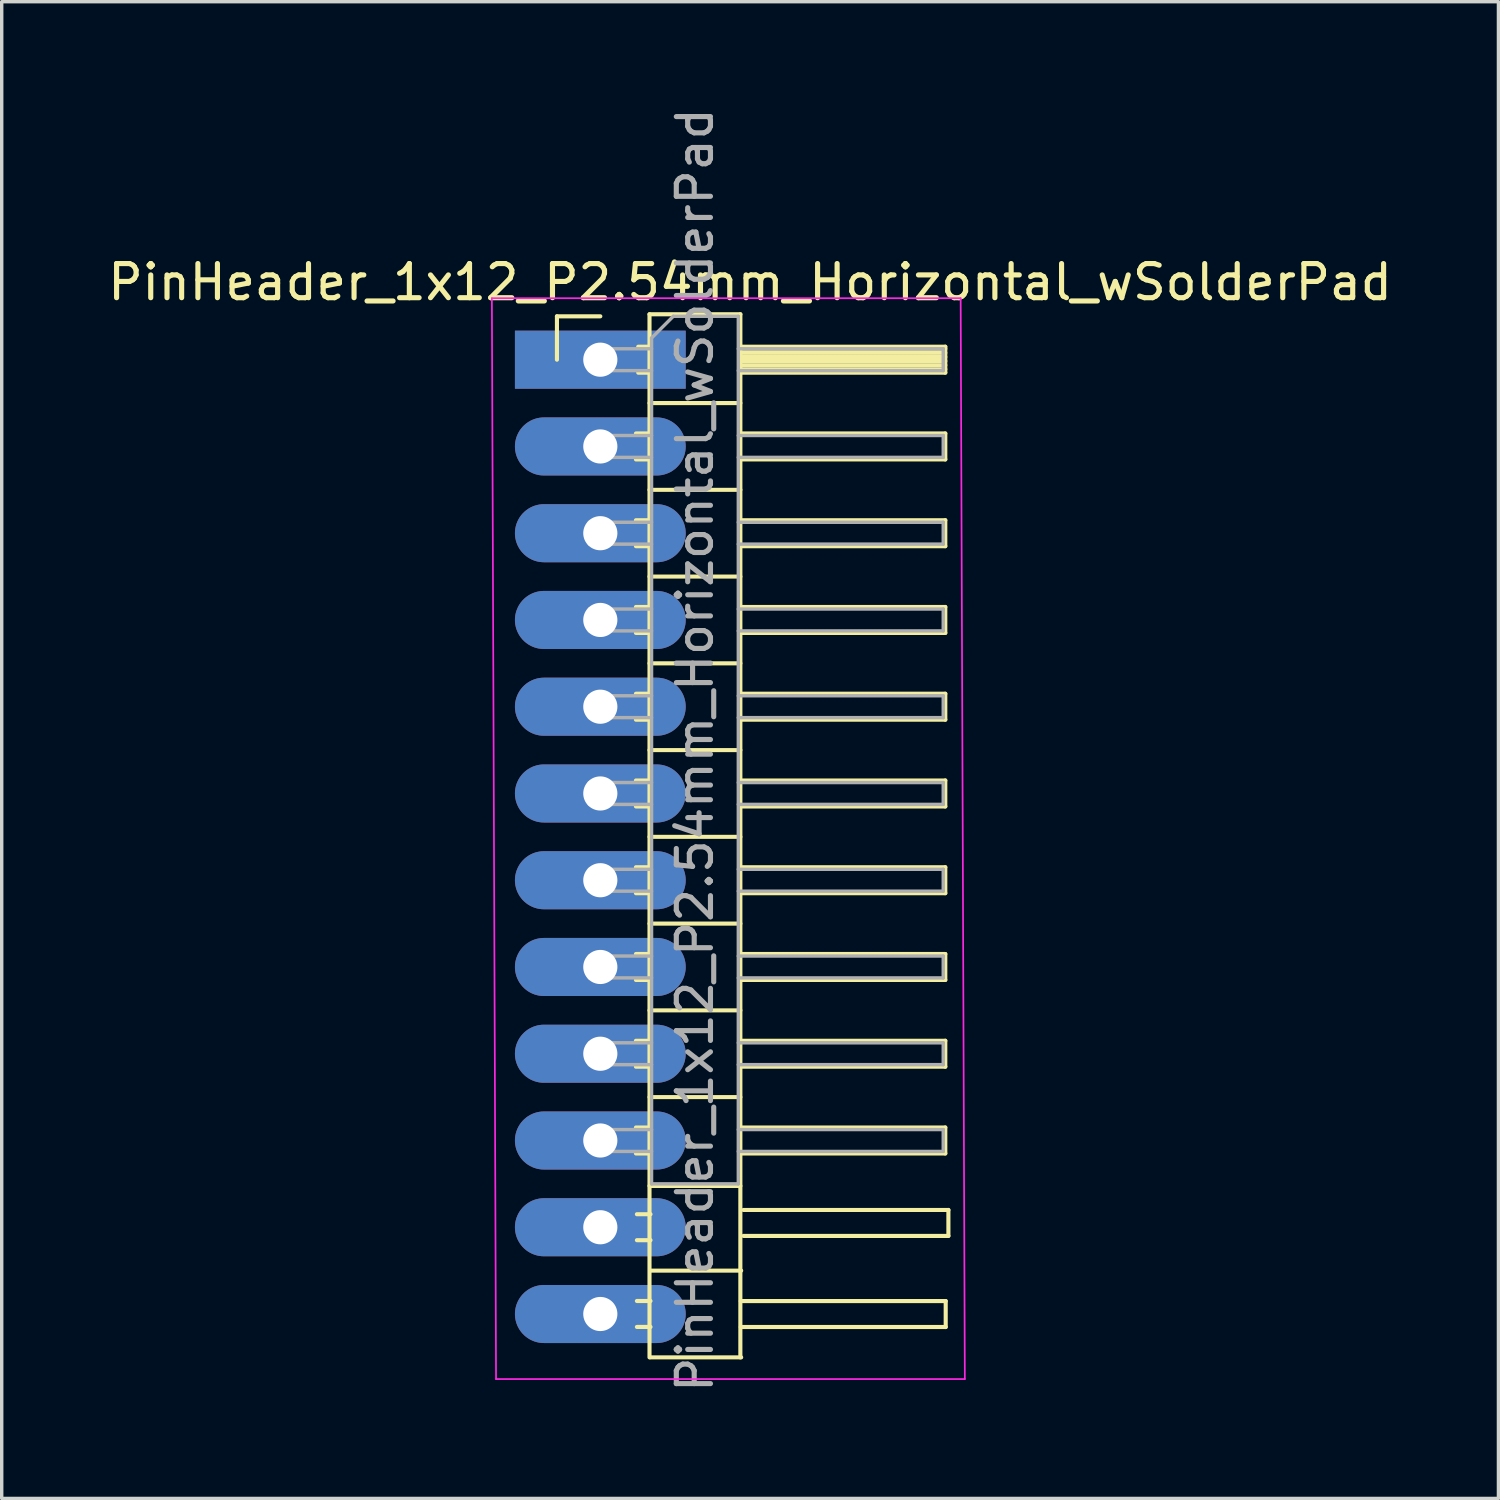
<source format=kicad_pcb>
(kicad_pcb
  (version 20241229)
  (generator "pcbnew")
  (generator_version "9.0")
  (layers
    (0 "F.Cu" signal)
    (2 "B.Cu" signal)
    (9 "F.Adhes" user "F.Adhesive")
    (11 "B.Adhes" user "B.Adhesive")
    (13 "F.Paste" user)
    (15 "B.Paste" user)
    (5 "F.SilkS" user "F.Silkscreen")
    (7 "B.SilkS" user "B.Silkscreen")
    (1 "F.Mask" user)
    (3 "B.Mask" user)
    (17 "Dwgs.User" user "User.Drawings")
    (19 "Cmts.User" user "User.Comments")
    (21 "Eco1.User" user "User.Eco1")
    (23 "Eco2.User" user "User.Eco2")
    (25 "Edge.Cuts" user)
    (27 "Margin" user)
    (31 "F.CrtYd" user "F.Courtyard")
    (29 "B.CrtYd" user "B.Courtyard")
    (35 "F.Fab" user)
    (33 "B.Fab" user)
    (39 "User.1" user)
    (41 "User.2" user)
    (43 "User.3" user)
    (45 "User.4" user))
  (footprint "PinHeader_1x12_P2.54mm_Horizontal_wSolderPad"
    (layer "F.Cu")
    (at 14.526 7.481)
    (property "Reference" "PinHeader_1x12_P2.54mm_Horizontal_wSolderPad" (at 4.385 -2.27 0) (layer "F.SilkS") (effects (font (size 1 1) (thickness 0.15))))
    (attr through_hole)
    (fp_line (start -1.27 -1.27) (end 0 -1.27) (stroke (width 0.12) (type solid)) (layer "F.SilkS"))
    (fp_line (start -1.27 0) (end -1.27 -1.27) (stroke (width 0.12) (type solid)) (layer "F.SilkS"))
    (fp_line (start 1.043 2.16) (end 1.44 2.16) (stroke (width 0.12) (type solid)) (layer "F.SilkS"))
    (fp_line (start 1.043 2.92) (end 1.44 2.92) (stroke (width 0.12) (type solid)) (layer "F.SilkS"))
    (fp_line (start 1.043 4.7) (end 1.44 4.7) (stroke (width 0.12) (type solid)) (layer "F.SilkS"))
    (fp_line (start 1.043 5.46) (end 1.44 5.46) (stroke (width 0.12) (type solid)) (layer "F.SilkS"))
    (fp_line (start 1.043 7.24) (end 1.44 7.24) (stroke (width 0.12) (type solid)) (layer "F.SilkS"))
    (fp_line (start 1.043 8) (end 1.44 8) (stroke (width 0.12) (type solid)) (layer "F.SilkS"))
    (fp_line (start 1.043 9.78) (end 1.44 9.78) (stroke (width 0.12) (type solid)) (layer "F.SilkS"))
    (fp_line (start 1.043 10.54) (end 1.44 10.54) (stroke (width 0.12) (type solid)) (layer "F.SilkS"))
    (fp_line (start 1.043 12.32) (end 1.44 12.32) (stroke (width 0.12) (type solid)) (layer "F.SilkS"))
    (fp_line (start 1.043 13.08) (end 1.44 13.08) (stroke (width 0.12) (type solid)) (layer "F.SilkS"))
    (fp_line (start 1.043 14.86) (end 1.44 14.86) (stroke (width 0.12) (type solid)) (layer "F.SilkS"))
    (fp_line (start 1.043 15.62) (end 1.44 15.62) (stroke (width 0.12) (type solid)) (layer "F.SilkS"))
    (fp_line (start 1.043 17.4) (end 1.44 17.4) (stroke (width 0.12) (type solid)) (layer "F.SilkS"))
    (fp_line (start 1.043 18.16) (end 1.44 18.16) (stroke (width 0.12) (type solid)) (layer "F.SilkS"))
    (fp_line (start 1.043 19.94) (end 1.44 19.94) (stroke (width 0.12) (type solid)) (layer "F.SilkS"))
    (fp_line (start 1.043 20.7) (end 1.44 20.7) (stroke (width 0.12) (type solid)) (layer "F.SilkS"))
    (fp_line (start 1.043 22.48) (end 1.44 22.48) (stroke (width 0.12) (type solid)) (layer "F.SilkS"))
    (fp_line (start 1.043 23.24) (end 1.44 23.24) (stroke (width 0.12) (type solid)) (layer "F.SilkS"))
    (fp_line (start 1.071 25.019) (end 1.469 25.019) (stroke (width 0.12) (type solid)) (layer "F.SilkS"))
    (fp_line (start 1.071 25.779) (end 1.469 25.779) (stroke (width 0.12) (type solid)) (layer "F.SilkS"))
    (fp_line (start 1.071 27.559) (end 1.469 27.559) (stroke (width 0.12) (type solid)) (layer "F.SilkS"))
    (fp_line (start 1.071 28.319) (end 1.469 28.319) (stroke (width 0.12) (type solid)) (layer "F.SilkS"))
    (fp_line (start 1.11 -0.38) (end 1.44 -0.38) (stroke (width 0.12) (type solid)) (layer "F.SilkS"))
    (fp_line (start 1.11 0.38) (end 1.44 0.38) (stroke (width 0.12) (type solid)) (layer "F.SilkS"))
    (fp_line (start 1.44 -1.33) (end 1.44 29.21) (stroke (width 0.12) (type solid)) (layer "F.SilkS"))
    (fp_line (start 1.44 1.27) (end 4.1 1.27) (stroke (width 0.12) (type solid)) (layer "F.SilkS"))
    (fp_line (start 1.44 3.81) (end 4.1 3.81) (stroke (width 0.12) (type solid)) (layer "F.SilkS"))
    (fp_line (start 1.44 6.35) (end 4.1 6.35) (stroke (width 0.12) (type solid)) (layer "F.SilkS"))
    (fp_line (start 1.44 8.89) (end 4.1 8.89) (stroke (width 0.12) (type solid)) (layer "F.SilkS"))
    (fp_line (start 1.44 11.43) (end 4.1 11.43) (stroke (width 0.12) (type solid)) (layer "F.SilkS"))
    (fp_line (start 1.44 13.97) (end 4.1 13.97) (stroke (width 0.12) (type solid)) (layer "F.SilkS"))
    (fp_line (start 1.44 16.51) (end 4.1 16.51) (stroke (width 0.12) (type solid)) (layer "F.SilkS"))
    (fp_line (start 1.44 19.05) (end 4.1 19.05) (stroke (width 0.12) (type solid)) (layer "F.SilkS"))
    (fp_line (start 1.44 21.59) (end 4.1 21.59) (stroke (width 0.12) (type solid)) (layer "F.SilkS"))
    (fp_line (start 1.44 24.19) (end 4.1 24.19) (stroke (width 0.12) (type solid)) (layer "F.SilkS"))
    (fp_line (start 1.464 26.67) (end 4.124 26.67) (stroke (width 0.12) (type solid)) (layer "F.SilkS"))
    (fp_line (start 1.464 29.21) (end 4.124 29.21) (stroke (width 0.12) (type solid)) (layer "F.SilkS"))
    (fp_line (start 4.1 -1.33) (end 1.44 -1.33) (stroke (width 0.12) (type solid)) (layer "F.SilkS"))
    (fp_line (start 4.1 -0.38) (end 10.1 -0.38) (stroke (width 0.12) (type solid)) (layer "F.SilkS"))
    (fp_line (start 4.1 -0.32) (end 10.1 -0.32) (stroke (width 0.12) (type solid)) (layer "F.SilkS"))
    (fp_line (start 4.1 -0.2) (end 10.1 -0.2) (stroke (width 0.12) (type solid)) (layer "F.SilkS"))
    (fp_line (start 4.1 -0.08) (end 10.1 -0.08) (stroke (width 0.12) (type solid)) (layer "F.SilkS"))
    (fp_line (start 4.1 0.04) (end 10.1 0.04) (stroke (width 0.12) (type solid)) (layer "F.SilkS"))
    (fp_line (start 4.1 0.16) (end 10.1 0.16) (stroke (width 0.12) (type solid)) (layer "F.SilkS"))
    (fp_line (start 4.1 0.28) (end 10.1 0.28) (stroke (width 0.12) (type solid)) (layer "F.SilkS"))
    (fp_line (start 4.1 2.16) (end 10.1 2.16) (stroke (width 0.12) (type solid)) (layer "F.SilkS"))
    (fp_line (start 4.1 4.7) (end 10.1 4.7) (stroke (width 0.12) (type solid)) (layer "F.SilkS"))
    (fp_line (start 4.1 7.24) (end 10.1 7.24) (stroke (width 0.12) (type solid)) (layer "F.SilkS"))
    (fp_line (start 4.1 9.78) (end 10.1 9.78) (stroke (width 0.12) (type solid)) (layer "F.SilkS"))
    (fp_line (start 4.1 12.32) (end 10.1 12.32) (stroke (width 0.12) (type solid)) (layer "F.SilkS"))
    (fp_line (start 4.1 14.86) (end 10.1 14.86) (stroke (width 0.12) (type solid)) (layer "F.SilkS"))
    (fp_line (start 4.1 17.4) (end 10.1 17.4) (stroke (width 0.12) (type solid)) (layer "F.SilkS"))
    (fp_line (start 4.1 19.94) (end 10.1 19.94) (stroke (width 0.12) (type solid)) (layer "F.SilkS"))
    (fp_line (start 4.1 22.48) (end 10.1 22.48) (stroke (width 0.12) (type solid)) (layer "F.SilkS"))
    (fp_line (start 4.1 29.21) (end 4.1 -1.33) (stroke (width 0.12) (type solid)) (layer "F.SilkS"))
    (fp_line (start 4.112 27.561) (end 10.112 27.561) (stroke (width 0.12) (type solid)) (layer "F.SilkS"))
    (fp_line (start 4.191 24.894) (end 10.191 24.894) (stroke (width 0.12) (type solid)) (layer "F.SilkS"))
    (fp_line (start 10.1 -0.38) (end 10.1 0.38) (stroke (width 0.12) (type solid)) (layer "F.SilkS"))
    (fp_line (start 10.1 0.38) (end 4.1 0.38) (stroke (width 0.12) (type solid)) (layer "F.SilkS"))
    (fp_line (start 10.1 2.16) (end 10.1 2.92) (stroke (width 0.12) (type solid)) (layer "F.SilkS"))
    (fp_line (start 10.1 2.92) (end 4.1 2.92) (stroke (width 0.12) (type solid)) (layer "F.SilkS"))
    (fp_line (start 10.1 4.7) (end 10.1 5.46) (stroke (width 0.12) (type solid)) (layer "F.SilkS"))
    (fp_line (start 10.1 5.46) (end 4.1 5.46) (stroke (width 0.12) (type solid)) (layer "F.SilkS"))
    (fp_line (start 10.1 7.24) (end 10.1 8) (stroke (width 0.12) (type solid)) (layer "F.SilkS"))
    (fp_line (start 10.1 8) (end 4.1 8) (stroke (width 0.12) (type solid)) (layer "F.SilkS"))
    (fp_line (start 10.1 9.78) (end 10.1 10.54) (stroke (width 0.12) (type solid)) (layer "F.SilkS"))
    (fp_line (start 10.1 10.54) (end 4.1 10.54) (stroke (width 0.12) (type solid)) (layer "F.SilkS"))
    (fp_line (start 10.1 12.32) (end 10.1 13.08) (stroke (width 0.12) (type solid)) (layer "F.SilkS"))
    (fp_line (start 10.1 13.08) (end 4.1 13.08) (stroke (width 0.12) (type solid)) (layer "F.SilkS"))
    (fp_line (start 10.1 14.86) (end 10.1 15.62) (stroke (width 0.12) (type solid)) (layer "F.SilkS"))
    (fp_line (start 10.1 15.62) (end 4.1 15.62) (stroke (width 0.12) (type solid)) (layer "F.SilkS"))
    (fp_line (start 10.1 17.4) (end 10.1 18.16) (stroke (width 0.12) (type solid)) (layer "F.SilkS"))
    (fp_line (start 10.1 18.16) (end 4.1 18.16) (stroke (width 0.12) (type solid)) (layer "F.SilkS"))
    (fp_line (start 10.1 19.94) (end 10.1 20.7) (stroke (width 0.12) (type solid)) (layer "F.SilkS"))
    (fp_line (start 10.1 20.7) (end 4.1 20.7) (stroke (width 0.12) (type solid)) (layer "F.SilkS"))
    (fp_line (start 10.1 22.48) (end 10.1 23.24) (stroke (width 0.12) (type solid)) (layer "F.SilkS"))
    (fp_line (start 10.1 23.24) (end 4.1 23.24) (stroke (width 0.12) (type solid)) (layer "F.SilkS"))
    (fp_line (start 10.112 27.561) (end 10.112 28.321) (stroke (width 0.12) (type solid)) (layer "F.SilkS"))
    (fp_line (start 10.112 28.321) (end 4.112 28.321) (stroke (width 0.12) (type solid)) (layer "F.SilkS"))
    (fp_line (start 10.191 24.894) (end 10.191 25.654) (stroke (width 0.12) (type solid)) (layer "F.SilkS"))
    (fp_line (start 10.191 25.654) (end 4.191 25.654) (stroke (width 0.12) (type solid)) (layer "F.SilkS"))
    (fp_line (start -3.175 -1.8) (end -3.053 29.845) (stroke (width 0.05) (type solid)) (layer "F.CrtYd"))
    (fp_line (start -3.053 29.845) (end 10.672 29.845) (stroke (width 0.05) (type solid)) (layer "F.CrtYd"))
    (fp_line (start 10.55 -1.8) (end -3.175 -1.8) (stroke (width 0.05) (type solid)) (layer "F.CrtYd"))
    (fp_line (start 10.672 29.845) (end 10.55 -1.8) (stroke (width 0.05) (type solid)) (layer "F.CrtYd"))
    (fp_line (start -0.32 -0.32) (end -0.32 0.32) (stroke (width 0.1) (type solid)) (layer "F.Fab"))
    (fp_line (start -0.32 -0.32) (end 1.5 -0.32) (stroke (width 0.1) (type solid)) (layer "F.Fab"))
    (fp_line (start -0.32 0.32) (end 1.5 0.32) (stroke (width 0.1) (type solid)) (layer "F.Fab"))
    (fp_line (start -0.32 2.22) (end -0.32 2.86) (stroke (width 0.1) (type solid)) (layer "F.Fab"))
    (fp_line (start -0.32 2.22) (end 1.5 2.22) (stroke (width 0.1) (type solid)) (layer "F.Fab"))
    (fp_line (start -0.32 2.86) (end 1.5 2.86) (stroke (width 0.1) (type solid)) (layer "F.Fab"))
    (fp_line (start -0.32 4.76) (end -0.32 5.4) (stroke (width 0.1) (type solid)) (layer "F.Fab"))
    (fp_line (start -0.32 4.76) (end 1.5 4.76) (stroke (width 0.1) (type solid)) (layer "F.Fab"))
    (fp_line (start -0.32 5.4) (end 1.5 5.4) (stroke (width 0.1) (type solid)) (layer "F.Fab"))
    (fp_line (start -0.32 7.3) (end -0.32 7.94) (stroke (width 0.1) (type solid)) (layer "F.Fab"))
    (fp_line (start -0.32 7.3) (end 1.5 7.3) (stroke (width 0.1) (type solid)) (layer "F.Fab"))
    (fp_line (start -0.32 7.94) (end 1.5 7.94) (stroke (width 0.1) (type solid)) (layer "F.Fab"))
    (fp_line (start -0.32 9.84) (end -0.32 10.48) (stroke (width 0.1) (type solid)) (layer "F.Fab"))
    (fp_line (start -0.32 9.84) (end 1.5 9.84) (stroke (width 0.1) (type solid)) (layer "F.Fab"))
    (fp_line (start -0.32 10.48) (end 1.5 10.48) (stroke (width 0.1) (type solid)) (layer "F.Fab"))
    (fp_line (start -0.32 12.38) (end -0.32 13.02) (stroke (width 0.1) (type solid)) (layer "F.Fab"))
    (fp_line (start -0.32 12.38) (end 1.5 12.38) (stroke (width 0.1) (type solid)) (layer "F.Fab"))
    (fp_line (start -0.32 13.02) (end 1.5 13.02) (stroke (width 0.1) (type solid)) (layer "F.Fab"))
    (fp_line (start -0.32 14.92) (end -0.32 15.56) (stroke (width 0.1) (type solid)) (layer "F.Fab"))
    (fp_line (start -0.32 14.92) (end 1.5 14.92) (stroke (width 0.1) (type solid)) (layer "F.Fab"))
    (fp_line (start -0.32 15.56) (end 1.5 15.56) (stroke (width 0.1) (type solid)) (layer "F.Fab"))
    (fp_line (start -0.32 17.46) (end -0.32 18.1) (stroke (width 0.1) (type solid)) (layer "F.Fab"))
    (fp_line (start -0.32 17.46) (end 1.5 17.46) (stroke (width 0.1) (type solid)) (layer "F.Fab"))
    (fp_line (start -0.32 18.1) (end 1.5 18.1) (stroke (width 0.1) (type solid)) (layer "F.Fab"))
    (fp_line (start -0.32 20) (end -0.32 20.64) (stroke (width 0.1) (type solid)) (layer "F.Fab"))
    (fp_line (start -0.32 20) (end 1.5 20) (stroke (width 0.1) (type solid)) (layer "F.Fab"))
    (fp_line (start -0.32 20.64) (end 1.5 20.64) (stroke (width 0.1) (type solid)) (layer "F.Fab"))
    (fp_line (start -0.32 22.54) (end -0.32 23.18) (stroke (width 0.1) (type solid)) (layer "F.Fab"))
    (fp_line (start -0.32 22.54) (end 1.5 22.54) (stroke (width 0.1) (type solid)) (layer "F.Fab"))
    (fp_line (start -0.32 23.18) (end 1.5 23.18) (stroke (width 0.1) (type solid)) (layer "F.Fab"))
    (fp_line (start 1.5 -0.635) (end 2.135 -1.27) (stroke (width 0.1) (type solid)) (layer "F.Fab"))
    (fp_line (start 1.5 24.13) (end 1.5 -0.635) (stroke (width 0.1) (type solid)) (layer "F.Fab"))
    (fp_line (start 2.135 -1.27) (end 4.04 -1.27) (stroke (width 0.1) (type solid)) (layer "F.Fab"))
    (fp_line (start 4.04 -1.27) (end 4.04 24.13) (stroke (width 0.1) (type solid)) (layer "F.Fab"))
    (fp_line (start 4.04 -0.32) (end 10.04 -0.32) (stroke (width 0.1) (type solid)) (layer "F.Fab"))
    (fp_line (start 4.04 0.32) (end 10.04 0.32) (stroke (width 0.1) (type solid)) (layer "F.Fab"))
    (fp_line (start 4.04 2.22) (end 10.04 2.22) (stroke (width 0.1) (type solid)) (layer "F.Fab"))
    (fp_line (start 4.04 2.86) (end 10.04 2.86) (stroke (width 0.1) (type solid)) (layer "F.Fab"))
    (fp_line (start 4.04 4.76) (end 10.04 4.76) (stroke (width 0.1) (type solid)) (layer "F.Fab"))
    (fp_line (start 4.04 5.4) (end 10.04 5.4) (stroke (width 0.1) (type solid)) (layer "F.Fab"))
    (fp_line (start 4.04 7.3) (end 10.04 7.3) (stroke (width 0.1) (type solid)) (layer "F.Fab"))
    (fp_line (start 4.04 7.94) (end 10.04 7.94) (stroke (width 0.1) (type solid)) (layer "F.Fab"))
    (fp_line (start 4.04 9.84) (end 10.04 9.84) (stroke (width 0.1) (type solid)) (layer "F.Fab"))
    (fp_line (start 4.04 10.48) (end 10.04 10.48) (stroke (width 0.1) (type solid)) (layer "F.Fab"))
    (fp_line (start 4.04 12.38) (end 10.04 12.38) (stroke (width 0.1) (type solid)) (layer "F.Fab"))
    (fp_line (start 4.04 13.02) (end 10.04 13.02) (stroke (width 0.1) (type solid)) (layer "F.Fab"))
    (fp_line (start 4.04 14.92) (end 10.04 14.92) (stroke (width 0.1) (type solid)) (layer "F.Fab"))
    (fp_line (start 4.04 15.56) (end 10.04 15.56) (stroke (width 0.1) (type solid)) (layer "F.Fab"))
    (fp_line (start 4.04 17.46) (end 10.04 17.46) (stroke (width 0.1) (type solid)) (layer "F.Fab"))
    (fp_line (start 4.04 18.1) (end 10.04 18.1) (stroke (width 0.1) (type solid)) (layer "F.Fab"))
    (fp_line (start 4.04 20) (end 10.04 20) (stroke (width 0.1) (type solid)) (layer "F.Fab"))
    (fp_line (start 4.04 20.64) (end 10.04 20.64) (stroke (width 0.1) (type solid)) (layer "F.Fab"))
    (fp_line (start 4.04 22.54) (end 10.04 22.54) (stroke (width 0.1) (type solid)) (layer "F.Fab"))
    (fp_line (start 4.04 23.18) (end 10.04 23.18) (stroke (width 0.1) (type solid)) (layer "F.Fab"))
    (fp_line (start 4.04 24.13) (end 1.5 24.13) (stroke (width 0.1) (type solid)) (layer "F.Fab"))
    (fp_line (start 10.04 -0.32) (end 10.04 0.32) (stroke (width 0.1) (type solid)) (layer "F.Fab"))
    (fp_line (start 10.04 2.22) (end 10.04 2.86) (stroke (width 0.1) (type solid)) (layer "F.Fab"))
    (fp_line (start 10.04 4.76) (end 10.04 5.4) (stroke (width 0.1) (type solid)) (layer "F.Fab"))
    (fp_line (start 10.04 7.3) (end 10.04 7.94) (stroke (width 0.1) (type solid)) (layer "F.Fab"))
    (fp_line (start 10.04 9.84) (end 10.04 10.48) (stroke (width 0.1) (type solid)) (layer "F.Fab"))
    (fp_line (start 10.04 12.38) (end 10.04 13.02) (stroke (width 0.1) (type solid)) (layer "F.Fab"))
    (fp_line (start 10.04 14.92) (end 10.04 15.56) (stroke (width 0.1) (type solid)) (layer "F.Fab"))
    (fp_line (start 10.04 17.46) (end 10.04 18.1) (stroke (width 0.1) (type solid)) (layer "F.Fab"))
    (fp_line (start 10.04 20) (end 10.04 20.64) (stroke (width 0.1) (type solid)) (layer "F.Fab"))
    (fp_line (start 10.04 22.54) (end 10.04 23.18) (stroke (width 0.1) (type solid)) (layer "F.Fab"))
    (fp_text user "${REFERENCE}" (at 2.77 11.43 90) (layer "F.Fab") (effects (font (size 1 1) (thickness 0.15))))
    (pad "1" thru_hole rect (at 0 0) (size 5 1.7) (drill 1) (layers "*.Cu" "*.Mask"))
    (pad "2" thru_hole oval (at 0 2.54) (size 5 1.7) (drill 1) (layers "*.Cu" "*.Mask"))
    (pad "3" thru_hole oval (at 0 5.08) (size 5 1.7) (drill 1) (layers "*.Cu" "*.Mask"))
    (pad "4" thru_hole oval (at 0 7.62) (size 5 1.7) (drill 1) (layers "*.Cu" "*.Mask"))
    (pad "5" thru_hole oval (at 0 10.16) (size 5 1.7) (drill 1) (layers "*.Cu" "*.Mask"))
    (pad "6" thru_hole oval (at 0 12.7) (size 5 1.7) (drill 1) (layers "*.Cu" "*.Mask"))
    (pad "7" thru_hole oval (at 0 15.24) (size 5 1.7) (drill 1) (layers "*.Cu" "*.Mask"))
    (pad "8" thru_hole oval (at 0 17.78) (size 5 1.7) (drill 1) (layers "*.Cu" "*.Mask"))
    (pad "9" thru_hole oval (at 0 20.32) (size 5 1.7) (drill 1) (layers "*.Cu" "*.Mask"))
    (pad "10" thru_hole oval (at 0 22.86) (size 5 1.7) (drill 1) (layers "*.Cu" "*.Mask"))
    (pad "11" thru_hole oval (at 0 25.4) (size 5 1.7) (drill 1) (layers "*.Cu" "*.Mask"))
    (pad "12" thru_hole oval (at 0 27.94) (size 5 1.7) (drill 1) (layers "*.Cu" "*.Mask")))
  (gr_rect
    (start -3 -3)
    (end 40.821 40.821)
    (stroke (width 0.1) (type default))
    (fill no)
    (layer "Edge.Cuts")))
</source>
